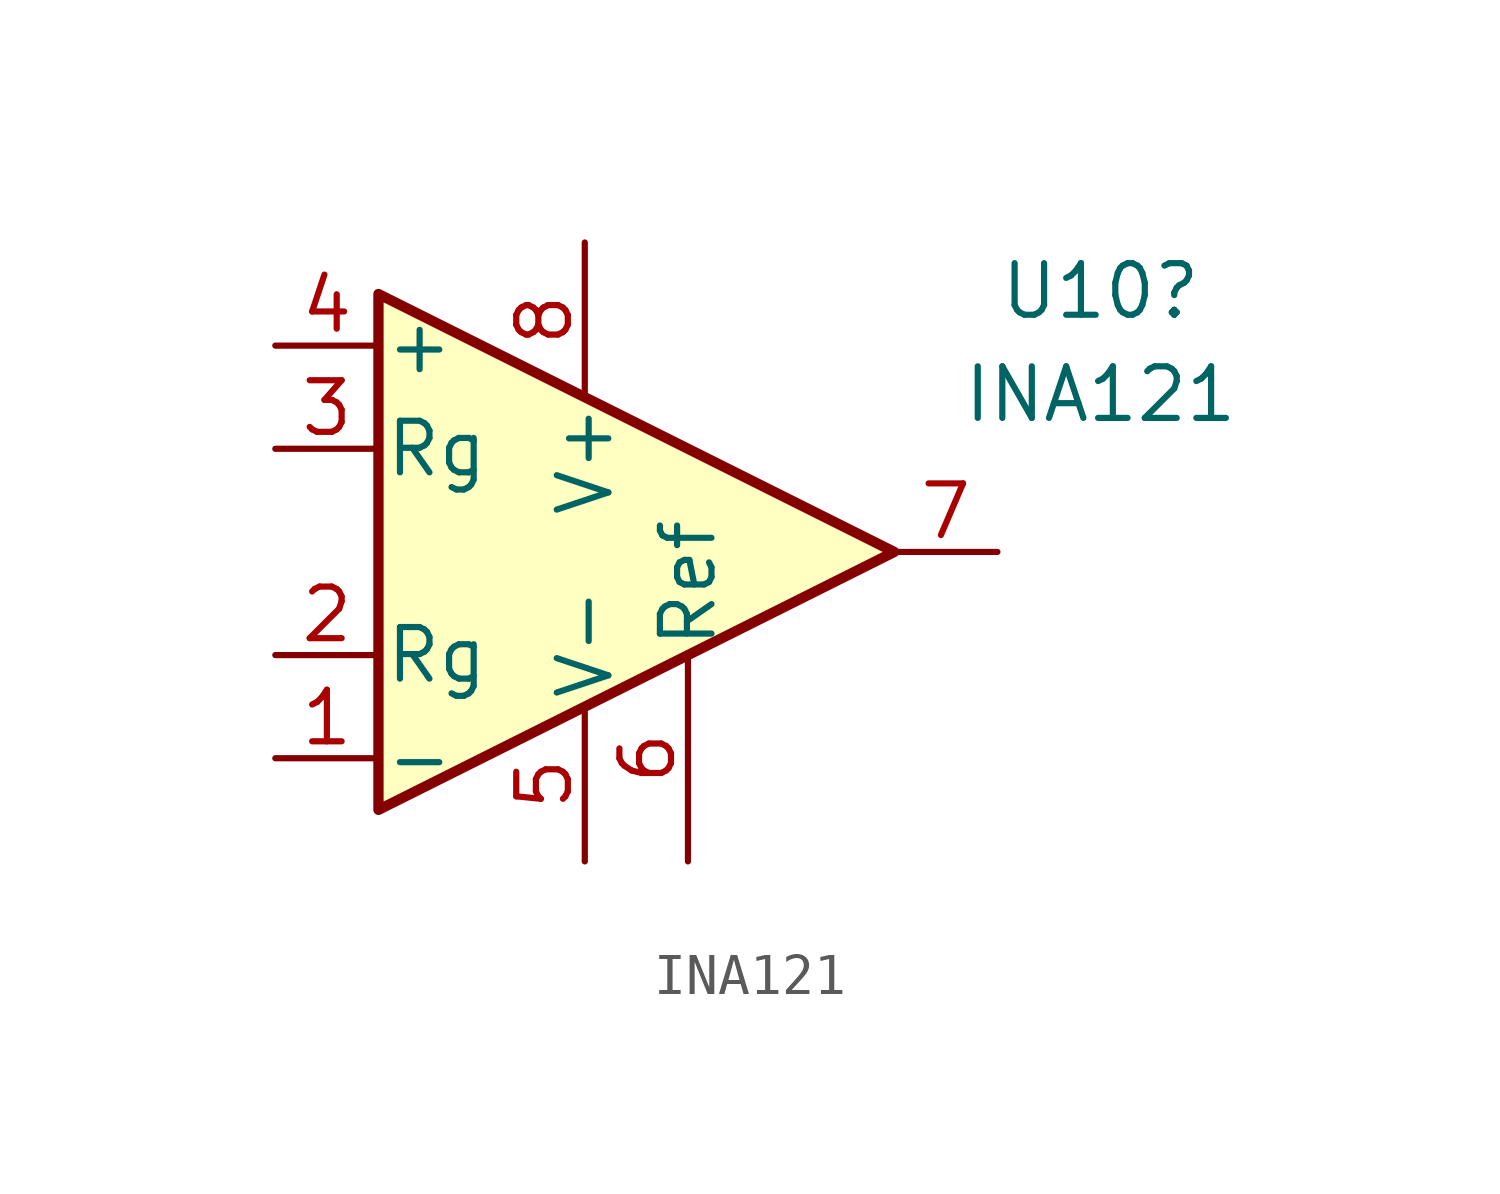
<source format=kicad_sym>
(kicad_symbol_lib
  (version 20241209)
  (generator "kicad_symbol_editor")
  (generator_version "9.0")
  (symbol "INA121"
    (pin_names
      (offset 0.127))
    (property "Reference" "U10"
      (at 12.7 6.42 0)
      (effects (font (size 1.27 1.27))))
    (property "Value" "INA121"
      (at 12.7 3.88 0)
      (effects (font (size 1.27 1.27))))
    (symbol "INA121_0_1"
      (polyline (pts (xy 7.62 0) (xy -5.08 6.35) (xy -5.08 -6.35) (xy 7.62 0)) (stroke (width 0.254) (type default)) (fill (type background))))
    (symbol "INA121_1_1"
      (pin input line (at -7.62 5.08 0) (length 2.54) (name "+" (effects (font (size 1.27 1.27)))) (number "4" (effects (font (size 1.27 1.27)))))
      (pin passive line (at -7.62 2.54 0) (length 2.54) (name "Rg" (effects (font (size 1.27 1.27)))) (number "3" (effects (font (size 1.27 1.27)))))
      (pin passive line (at -7.62 -2.54 0) (length 2.54) (name "Rg" (effects (font (size 1.27 1.27)))) (number "2" (effects (font (size 1.27 1.27)))))
      (pin input line (at -7.62 -5.08 0) (length 2.54) (name "-" (effects (font (size 1.27 1.27)))) (number "1" (effects (font (size 1.27 1.27)))))
      (pin power_in line (at 0 7.62 270) (length 3.81) (name "V+" (effects (font (size 1.27 1.27)))) (number "8" (effects (font (size 1.27 1.27)))))
      (pin power_in line (at 0 -7.62 90) (length 3.81) (name "V-" (effects (font (size 1.27 1.27)))) (number "5" (effects (font (size 1.27 1.27)))))
      (pin input line (at 2.54 -7.62 90) (length 5.08) (name "Ref" (effects (font (size 1.27 1.27)))) (number "6" (effects (font (size 1.27 1.27)))))
      (pin output line (at 10.16 0 180) (length 2.54) (name "~" (effects (font (size 1.27 1.27)))) (number "7" (effects (font (size 1.27 1.27))))))))
</source>
